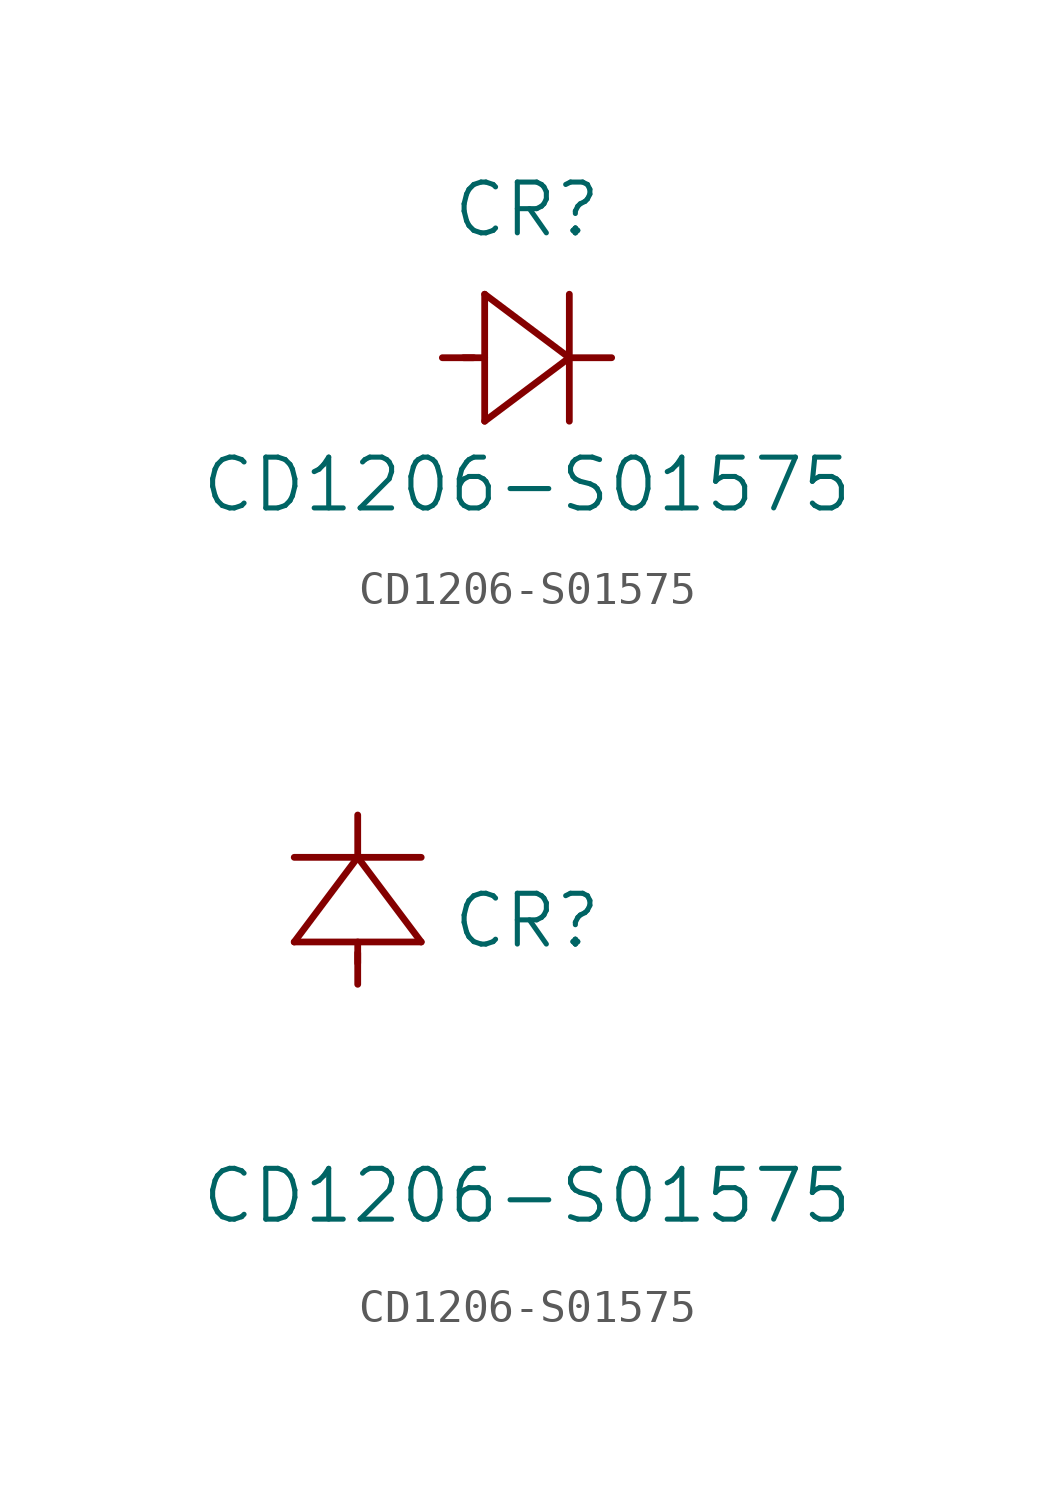
<source format=kicad_sym>
(kicad_symbol_lib
  (version 20211014)
  (generator kicad_symbol_editor)
  (symbol "CD1206-S01575"
    (pin_names
      (offset 0.254))
    (property "Reference" "CR"
      (at 5.08 4.445 0)
      (effects (font (size 1.524 1.524))))
    (property "Value" "CD1206-S01575"
      (at 5.08 -3.81 0)
      (effects (font (size 1.524 1.524))))
    (symbol "CD1206-S01575_1_1"
      (polyline (pts (xy 2.54 0) (xy 3.48 0)) (stroke (width .2032) (type default) (color 0 0 0 0)) (fill (type none)))
      (polyline (pts (xy 3.81 1.905) (xy 3.81 -1.905)) (stroke (width .2032) (type default) (color 0 0 0 0)) (fill (type none)))
      (polyline (pts (xy 3.175 0) (xy 3.81 0)) (stroke (width .2032) (type default) (color 0 0 0 0)) (fill (type none)))
      (polyline (pts (xy 6.35 -1.905) (xy 6.35 1.905)) (stroke (width .2032) (type default) (color 0 0 0 0)) (fill (type none)))
      (polyline (pts (xy 6.35 0) (xy 7.62 0)) (stroke (width .2032) (type default) (color 0 0 0 0)) (fill (type none)))
      (polyline (pts (xy 6.35 0) (xy 3.81 1.905)) (stroke (width .2032) (type default) (color 0 0 0 0)) (fill (type none)))
      (polyline (pts (xy 3.81 -1.905) (xy 6.35 0)) (stroke (width .2032) (type default) (color 0 0 0 0)) (fill (type none))))
    (symbol "CD1206-S01575_1_2"
      (polyline (pts (xy 0 2.54) (xy 0 3.48)) (stroke (width .2032) (type default) (color 0 0 0 0)) (fill (type none)))
      (polyline (pts (xy -1.905 3.81) (xy 1.905 3.81)) (stroke (width .2032) (type default) (color 0 0 0 0)) (fill (type none)))
      (polyline (pts (xy 0 3.175) (xy 0 3.81)) (stroke (width .2032) (type default) (color 0 0 0 0)) (fill (type none)))
      (polyline (pts (xy 1.905 6.35) (xy -1.905 6.35)) (stroke (width .2032) (type default) (color 0 0 0 0)) (fill (type none)))
      (polyline (pts (xy 0 6.35) (xy 0 7.62)) (stroke (width .2032) (type default) (color 0 0 0 0)) (fill (type none)))
      (polyline (pts (xy 0 6.35) (xy -1.905 3.81)) (stroke (width .2032) (type default) (color 0 0 0 0)) (fill (type none)))
      (polyline (pts (xy 1.905 3.81) (xy 0 6.35)) (stroke (width .2032) (type default) (color 0 0 0 0)) (fill (type none))))))
</source>
